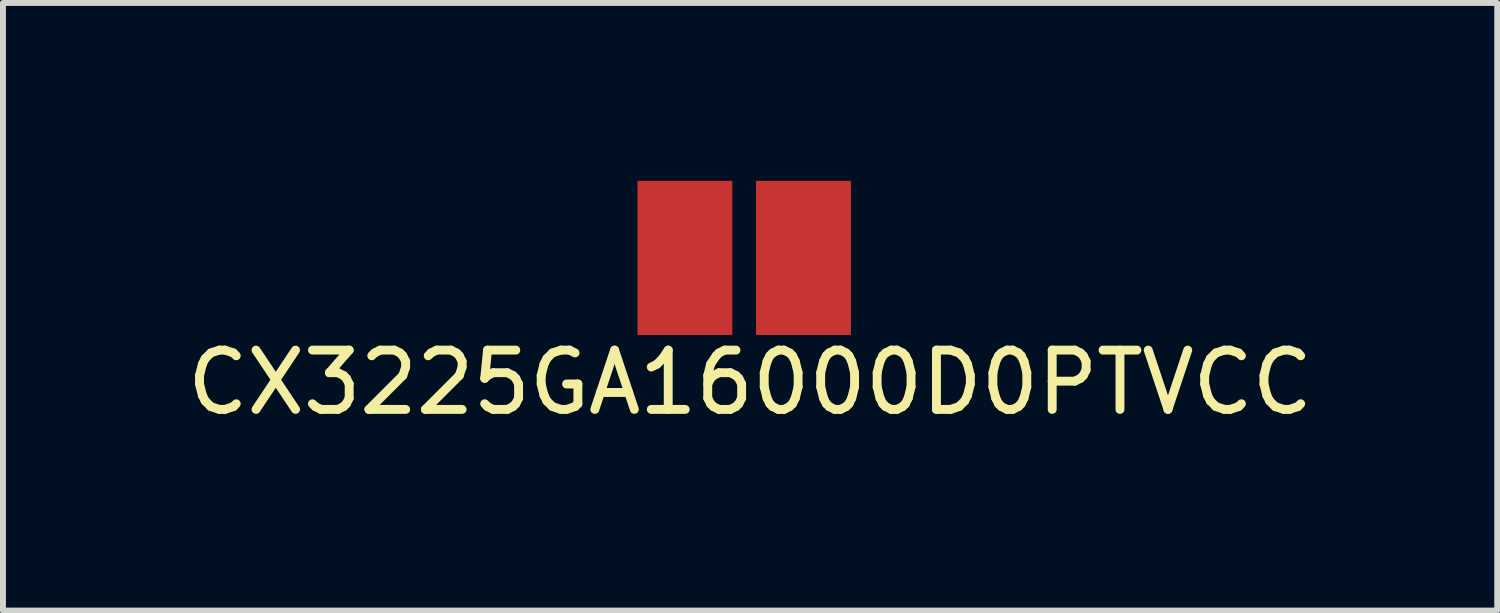
<source format=kicad_pcb>
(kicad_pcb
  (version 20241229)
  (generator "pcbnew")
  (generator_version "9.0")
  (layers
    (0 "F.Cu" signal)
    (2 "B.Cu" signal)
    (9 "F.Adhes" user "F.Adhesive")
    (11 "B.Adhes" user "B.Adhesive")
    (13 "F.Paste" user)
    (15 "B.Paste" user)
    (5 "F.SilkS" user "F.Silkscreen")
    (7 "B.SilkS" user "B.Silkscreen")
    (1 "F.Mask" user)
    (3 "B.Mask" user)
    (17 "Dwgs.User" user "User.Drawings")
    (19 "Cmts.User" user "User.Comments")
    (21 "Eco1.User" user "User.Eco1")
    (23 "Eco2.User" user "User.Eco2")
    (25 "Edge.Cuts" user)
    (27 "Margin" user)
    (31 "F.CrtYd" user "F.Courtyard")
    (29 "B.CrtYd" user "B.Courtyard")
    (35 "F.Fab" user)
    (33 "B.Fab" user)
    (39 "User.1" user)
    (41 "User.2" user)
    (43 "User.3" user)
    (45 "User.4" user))
  (footprint "CX3225GA16000D0PTVCC"
    (layer "F.Cu")
    (at 9.501 1.3)
    (property "Reference" "CX3225GA16000D0PTVCC" (at 0.1 2.1 0) (layer "F.SilkS") (effects (font (size 1 1) (thickness 0.15))))
    (attr through_hole)
    (pad "1" smd rect (at -1 0) (size 1.6 2.6) (layers "F.Cu" "F.Mask" "F.Paste"))
    (pad "2" smd rect (at 1 0) (size 1.6 2.6) (layers "F.Cu" "F.Mask" "F.Paste")))
  (gr_rect
    (start -3 -3)
    (end 22.202 7.248)
    (stroke (width 0.1) (type default))
    (fill no)
    (layer "Edge.Cuts")))
</source>
